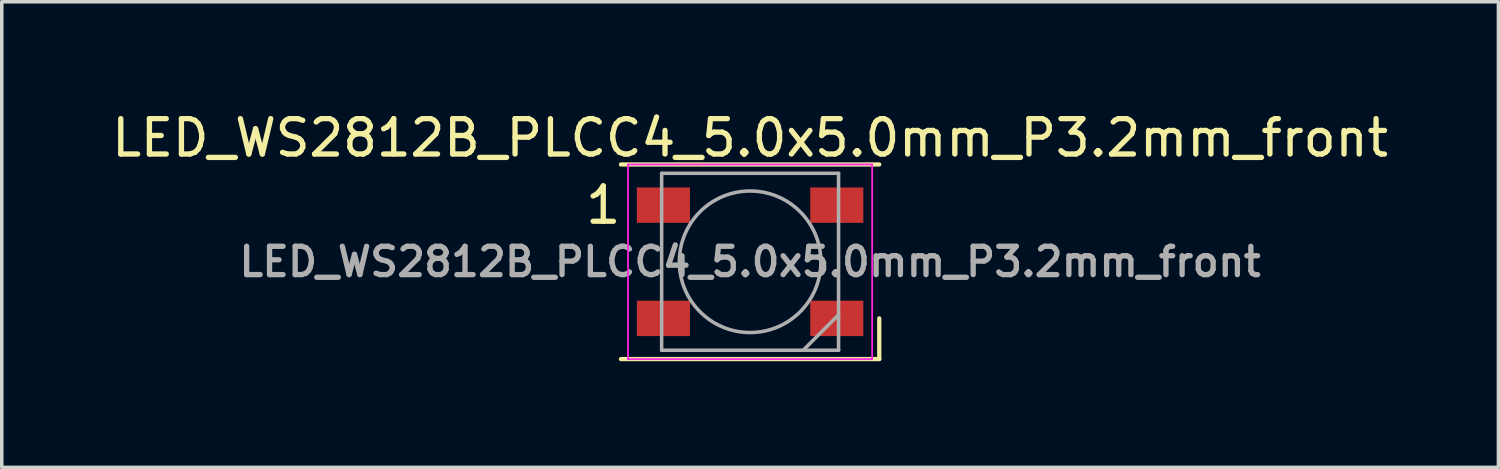
<source format=kicad_pcb>
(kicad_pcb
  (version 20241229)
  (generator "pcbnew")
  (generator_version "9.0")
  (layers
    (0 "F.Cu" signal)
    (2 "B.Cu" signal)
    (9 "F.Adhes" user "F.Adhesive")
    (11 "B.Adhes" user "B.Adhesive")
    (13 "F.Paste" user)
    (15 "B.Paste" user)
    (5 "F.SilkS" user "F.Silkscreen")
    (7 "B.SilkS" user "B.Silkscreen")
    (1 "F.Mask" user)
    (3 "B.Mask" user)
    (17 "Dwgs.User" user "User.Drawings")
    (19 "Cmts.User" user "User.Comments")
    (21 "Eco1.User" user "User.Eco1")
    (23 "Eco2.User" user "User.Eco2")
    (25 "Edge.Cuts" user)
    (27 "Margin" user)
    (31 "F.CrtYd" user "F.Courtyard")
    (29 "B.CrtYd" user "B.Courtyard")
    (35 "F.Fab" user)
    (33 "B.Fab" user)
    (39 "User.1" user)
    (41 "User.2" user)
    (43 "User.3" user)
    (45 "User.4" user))
  (footprint "LED_WS2812B_PLCC4_5.0x5.0mm_P3.2mm_front"
    (layer "F.Cu")
    (at 18.149 4.348)
    (property "Reference" "LED_WS2812B_PLCC4_5.0x5.0mm_P3.2mm_front" (at 0 -3.5 0) (layer "F.SilkS") (effects (font (size 1 1) (thickness 0.15))))
    (attr smd)
    (fp_line (start -3.65 -2.75) (end 3.65 -2.75) (stroke (width 0.12) (type solid)) (layer "F.SilkS"))
    (fp_line (start -3.65 2.75) (end 3.65 2.75) (stroke (width 0.12) (type solid)) (layer "F.SilkS"))
    (fp_line (start 3.65 2.75) (end 3.65 1.6) (stroke (width 0.12) (type solid)) (layer "F.SilkS"))
    (fp_line (start -3.45 -2.75) (end -3.45 2.75) (stroke (width 0.05) (type solid)) (layer "F.CrtYd"))
    (fp_line (start -3.45 2.75) (end 3.45 2.75) (stroke (width 0.05) (type solid)) (layer "F.CrtYd"))
    (fp_line (start 3.45 -2.75) (end -3.45 -2.75) (stroke (width 0.05) (type solid)) (layer "F.CrtYd"))
    (fp_line (start 3.45 2.75) (end 3.45 -2.75) (stroke (width 0.05) (type solid)) (layer "F.CrtYd"))
    (fp_line (start -2.5 -2.5) (end -2.5 2.5) (stroke (width 0.1) (type solid)) (layer "F.Fab"))
    (fp_line (start -2.5 2.5) (end 2.5 2.5) (stroke (width 0.1) (type solid)) (layer "F.Fab"))
    (fp_line (start 2.5 -2.5) (end -2.5 -2.5) (stroke (width 0.1) (type solid)) (layer "F.Fab"))
    (fp_line (start 2.5 1.5) (end 1.5 2.5) (stroke (width 0.1) (type solid)) (layer "F.Fab"))
    (fp_line (start 2.5 2.5) (end 2.5 -2.5) (stroke (width 0.1) (type solid)) (layer "F.Fab"))
    (fp_circle (center 0 0) (end 0 -2) (stroke (width 0.1) (type solid)) (fill no) (layer "F.Fab"))
    (fp_text user "1" (at -4.15 -1.6 0) (layer "F.SilkS") (effects (font (size 1 1) (thickness 0.15))))
    (fp_text user "${REFERENCE}" (at 0 0 0) (layer "F.Fab") (effects (font (size 0.8 0.8) (thickness 0.15))))
    (pad "1" smd rect (at -2.45 -1.6) (size 1.5 1) (layers "F.Cu" "F.Mask" "F.Paste"))
    (pad "2" smd rect (at -2.45 1.6) (size 1.5 1) (layers "F.Cu" "F.Mask" "F.Paste"))
    (pad "3" smd rect (at 2.45 1.6) (size 1.5 1) (layers "F.Cu" "F.Mask" "F.Paste"))
    (pad "4" smd rect (at 2.45 -1.6) (size 1.5 1) (layers "F.Cu" "F.Mask" "F.Paste")))
  (gr_rect
    (start -3 -3)
    (end 39.298 10.158)
    (stroke (width 0.1) (type default))
    (fill no)
    (layer "Edge.Cuts")))
</source>
